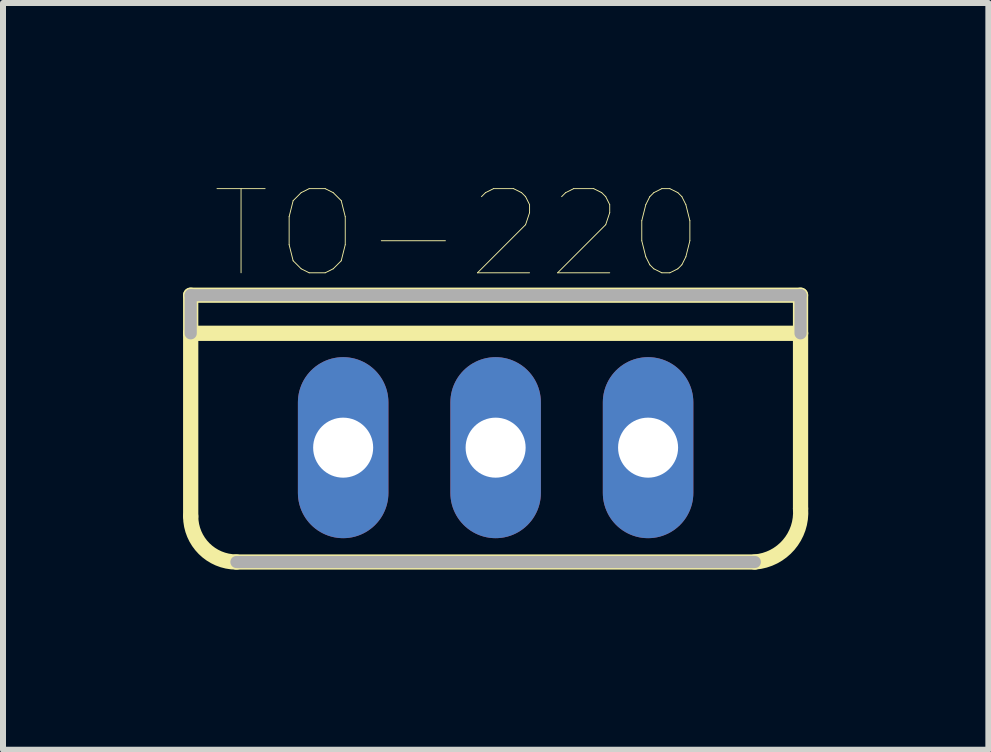
<source format=kicad_pcb>
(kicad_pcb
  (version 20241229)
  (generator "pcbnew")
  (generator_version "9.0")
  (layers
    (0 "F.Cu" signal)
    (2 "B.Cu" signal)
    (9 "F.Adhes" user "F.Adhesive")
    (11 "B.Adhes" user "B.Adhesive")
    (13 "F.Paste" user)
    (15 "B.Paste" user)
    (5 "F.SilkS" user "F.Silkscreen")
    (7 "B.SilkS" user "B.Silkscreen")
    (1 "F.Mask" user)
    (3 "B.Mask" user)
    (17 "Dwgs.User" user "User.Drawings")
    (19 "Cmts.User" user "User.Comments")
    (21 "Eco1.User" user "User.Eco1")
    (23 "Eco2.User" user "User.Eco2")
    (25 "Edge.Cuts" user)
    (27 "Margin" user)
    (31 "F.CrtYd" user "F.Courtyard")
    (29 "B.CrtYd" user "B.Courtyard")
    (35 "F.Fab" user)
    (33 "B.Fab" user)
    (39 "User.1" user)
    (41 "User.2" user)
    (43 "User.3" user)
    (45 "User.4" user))
  (footprint "TO-220"
    (layer "F.Cu")
    (at 5.207 4.408)
    (property "Reference" "TO-220" (at -0.636 -3.561 0) (layer "F.SilkS") (effects (font (size 1.402 1.402) (thickness 0.015))))
    (attr through_hole)
    (fp_line (start -5.08 -2.54) (end 5.08 -2.54) (stroke (width 0.254) (type solid)) (layer "F.SilkS"))
    (fp_line (start -5.08 -1.905) (end -5.08 -2.54) (stroke (width 0.254) (type solid)) (layer "F.SilkS"))
    (fp_line (start -5.08 1.143) (end -5.08 -1.905) (stroke (width 0.254) (type solid)) (layer "F.SilkS"))
    (fp_line (start 4.318 1.905) (end -4.318 1.905) (stroke (width 0.254) (type solid)) (layer "F.SilkS"))
    (fp_line (start 5.08 -2.54) (end 5.08 -1.905) (stroke (width 0.254) (type solid)) (layer "F.SilkS"))
    (fp_line (start 5.08 -1.905) (end -5.08 -1.905) (stroke (width 0.254) (type solid)) (layer "F.SilkS"))
    (fp_line (start 5.08 -1.905) (end 5.08 1.016) (stroke (width 0.254) (type solid)) (layer "F.SilkS"))
    (fp_arc (start -4.318 1.905) (mid -4.856815 1.681815) (end -5.08 1.143) (stroke (width 0.254) (type solid)) (layer "F.SilkS"))
    (fp_arc (start 5.08 1.016) (mid 4.883118 1.618315) (end 4.318 1.905) (stroke (width 0.254) (type solid)) (layer "F.SilkS"))
    (fp_line (start -5.08 -2.54) (end 5.08 -2.54) (stroke (width 0.203) (type solid)) (layer "F.Fab"))
    (fp_line (start -5.08 -1.905) (end -5.08 -2.54) (stroke (width 0.203) (type solid)) (layer "F.Fab"))
    (fp_line (start -4.318 1.905) (end 4.318 1.905) (stroke (width 0.203) (type solid)) (layer "F.Fab"))
    (fp_line (start 5.08 -2.54) (end 5.08 -1.905) (stroke (width 0.203) (type solid)) (layer "F.Fab"))
    (pad "1" thru_hole oval (at -2.54 0) (size 1.508 3.016) (drill 1) (layers "*.Cu" "*.Mask"))
    (pad "2" thru_hole oval (at 0 0) (size 1.508 3.016) (drill 1) (layers "*.Cu" "*.Mask"))
    (pad "3" thru_hole oval (at 2.54 0) (size 1.508 3.016) (drill 1) (layers "*.Cu" "*.Mask")))
  (gr_rect
    (start -3 -3)
    (end 13.416 9.44)
    (stroke (width 0.1) (type default))
    (fill no)
    (layer "Edge.Cuts")))
</source>
